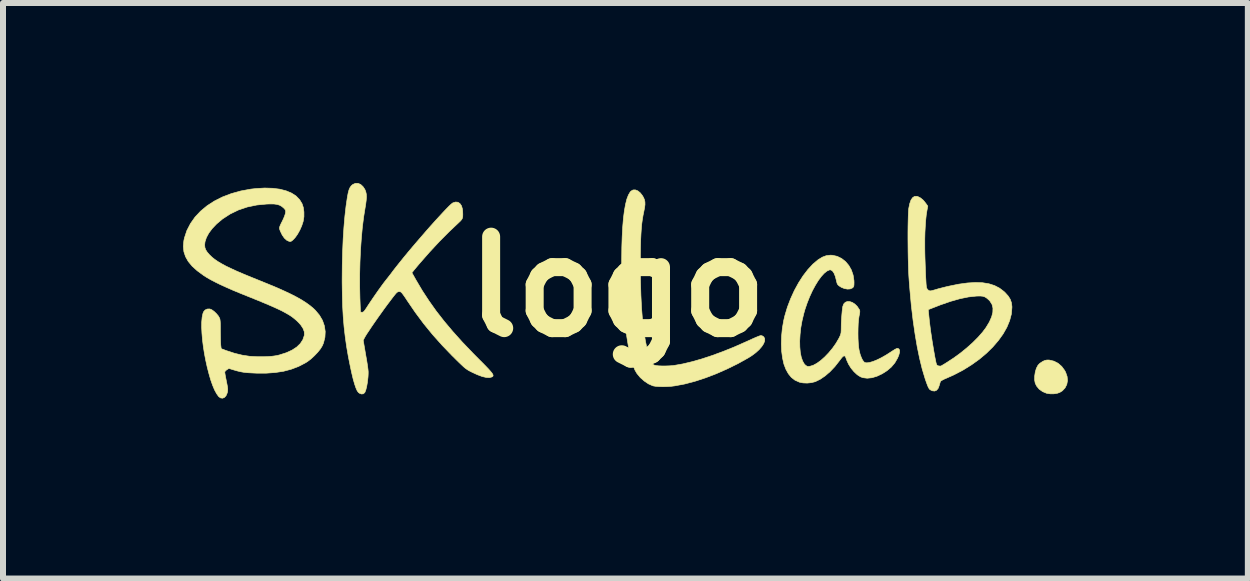
<source format=kicad_pcb>
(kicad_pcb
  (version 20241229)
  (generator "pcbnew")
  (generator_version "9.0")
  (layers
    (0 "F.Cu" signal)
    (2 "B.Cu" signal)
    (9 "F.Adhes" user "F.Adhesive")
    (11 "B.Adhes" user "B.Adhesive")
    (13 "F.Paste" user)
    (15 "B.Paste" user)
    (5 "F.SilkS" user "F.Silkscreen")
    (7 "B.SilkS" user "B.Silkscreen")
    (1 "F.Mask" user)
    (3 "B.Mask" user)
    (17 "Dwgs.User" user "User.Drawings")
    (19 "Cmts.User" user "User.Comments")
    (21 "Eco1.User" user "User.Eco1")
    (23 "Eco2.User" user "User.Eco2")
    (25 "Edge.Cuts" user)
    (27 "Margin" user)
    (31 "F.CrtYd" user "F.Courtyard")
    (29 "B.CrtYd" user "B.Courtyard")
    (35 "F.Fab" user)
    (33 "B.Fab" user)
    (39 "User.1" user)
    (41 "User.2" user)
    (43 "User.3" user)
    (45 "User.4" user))
  (footprint "logo"
    (layer "F.Cu")
    (at 7.238 1.728)
    (property "Reference" "logo" (at 0 0 0) (layer "F.SilkS") (effects (font (size 1.524 1.524) (thickness 0.3))))
    (attr through_hole)
    (fp_poly (pts (xy 7.191 1.221) (xy 7.199 1.222) (xy 7.274 1.24) (xy 7.343 1.276) (xy 7.403 1.328) (xy 7.452 1.395) (xy 7.468 1.425) (xy 7.493 1.497) (xy 7.499 1.565) (xy 7.487 1.629) (xy 7.458 1.686) (xy 7.413 1.734) (xy 7.371 1.76) (xy 7.326 1.776) (xy 7.27 1.784) (xy 7.21 1.784) (xy 7.156 1.776) (xy 7.151 1.775) (xy 7.084 1.747) (xy 7.027 1.706) (xy 6.984 1.654) (xy 6.961 1.606) (xy 6.951 1.552) (xy 6.952 1.489) (xy 6.962 1.422) (xy 6.98 1.36) (xy 7.007 1.309) (xy 7.007 1.308) (xy 7.039 1.275) (xy 7.084 1.246) (xy 7.088 1.243) (xy 7.125 1.227) (xy 7.156 1.221) (xy 7.191 1.221)) (stroke (width 0.01) (type solid)) (fill yes) (layer "F.SilkS"))
    (fp_poly (pts (xy 0.339 -1.598) (xy 0.378 -1.567) (xy 0.414 -1.522) (xy 0.434 -1.488) (xy 0.45 -1.451) (xy 0.458 -1.413) (xy 0.459 -1.369) (xy 0.452 -1.315) (xy 0.439 -1.25) (xy 0.426 -1.186) (xy 0.415 -1.119) (xy 0.405 -1.047) (xy 0.398 -0.967) (xy 0.392 -0.878) (xy 0.387 -0.777) (xy 0.384 -0.663) (xy 0.382 -0.533) (xy 0.382 -0.385) (xy 0.382 -0.345) (xy 0.384 -0.092) (xy 0.391 0.143) (xy 0.402 0.359) (xy 0.418 0.557) (xy 0.44 0.738) (xy 0.466 0.903) (xy 0.497 1.051) (xy 0.523 1.153) (xy 0.541 1.209) (xy 0.556 1.248) (xy 0.572 1.275) (xy 0.59 1.293) (xy 0.614 1.306) (xy 0.615 1.306) (xy 0.643 1.313) (xy 0.687 1.318) (xy 0.741 1.32) (xy 0.801 1.32) (xy 0.863 1.318) (xy 0.921 1.314) (xy 0.95 1.31) (xy 1.087 1.286) (xy 1.238 1.25) (xy 1.401 1.204) (xy 1.574 1.147) (xy 1.754 1.081) (xy 1.941 1.006) (xy 2.131 0.922) (xy 2.207 0.888) (xy 2.261 0.863) (xy 2.31 0.842) (xy 2.351 0.825) (xy 2.38 0.815) (xy 2.392 0.813) (xy 2.417 0.82) (xy 2.439 0.836) (xy 2.454 0.866) (xy 2.453 0.904) (xy 2.436 0.948) (xy 2.405 0.996) (xy 2.361 1.047) (xy 2.305 1.098) (xy 2.238 1.148) (xy 2.181 1.184) (xy 2.009 1.28) (xy 1.83 1.368) (xy 1.649 1.448) (xy 1.469 1.517) (xy 1.292 1.575) (xy 1.122 1.62) (xy 0.962 1.65) (xy 0.957 1.651) (xy 0.894 1.659) (xy 0.825 1.663) (xy 0.756 1.665) (xy 0.692 1.663) (xy 0.637 1.659) (xy 0.596 1.652) (xy 0.591 1.651) (xy 0.518 1.619) (xy 0.447 1.571) (xy 0.381 1.513) (xy 0.326 1.447) (xy 0.292 1.389) (xy 0.262 1.313) (xy 0.233 1.219) (xy 0.205 1.107) (xy 0.18 0.98) (xy 0.157 0.839) (xy 0.136 0.686) (xy 0.118 0.522) (xy 0.103 0.349) (xy 0.09 0.168) (xy 0.08 -0.019) (xy 0.074 -0.21) (xy 0.071 -0.404) (xy 0.071 -0.462) (xy 0.073 -0.658) (xy 0.079 -0.837) (xy 0.088 -0.999) (xy 0.1 -1.142) (xy 0.116 -1.267) (xy 0.135 -1.373) (xy 0.157 -1.461) (xy 0.183 -1.529) (xy 0.212 -1.578) (xy 0.227 -1.594) (xy 0.26 -1.613) (xy 0.298 -1.614) (xy 0.339 -1.598)) (stroke (width 0.01) (type solid)) (fill yes) (layer "F.SilkS"))
    (fp_poly (pts (xy 5.005 -1.503) (xy 5.05 -1.48) (xy 5.097 -1.441) (xy 5.139 -1.389) (xy 5.141 -1.386) (xy 5.171 -1.343) (xy 5.157 -1.268) (xy 5.146 -1.2) (xy 5.137 -1.115) (xy 5.13 -1.017) (xy 5.124 -0.91) (xy 5.121 -0.797) (xy 5.121 -0.713) (xy 5.121 -0.645) (xy 5.122 -0.569) (xy 5.124 -0.488) (xy 5.127 -0.404) (xy 5.13 -0.321) (xy 5.133 -0.24) (xy 5.136 -0.166) (xy 5.14 -0.1) (xy 5.143 -0.046) (xy 5.147 -0.007) (xy 5.15 0.015) (xy 5.15 0.015) (xy 5.164 0.043) (xy 5.184 0.06) (xy 5.198 0.067) (xy 5.214 0.069) (xy 5.235 0.066) (xy 5.268 0.057) (xy 5.3 0.048) (xy 5.346 0.034) (xy 5.405 0.019) (xy 5.468 0.003) (xy 5.524 -0.01) (xy 5.686 -0.043) (xy 5.832 -0.063) (xy 5.965 -0.071) (xy 6.083 -0.067) (xy 6.189 -0.05) (xy 6.283 -0.02) (xy 6.366 0.023) (xy 6.44 0.079) (xy 6.459 0.097) (xy 6.511 0.155) (xy 6.545 0.209) (xy 6.565 0.266) (xy 6.573 0.329) (xy 6.573 0.346) (xy 6.564 0.454) (xy 6.535 0.564) (xy 6.489 0.675) (xy 6.426 0.786) (xy 6.347 0.896) (xy 6.254 1.004) (xy 6.148 1.108) (xy 6.029 1.208) (xy 5.899 1.301) (xy 5.759 1.388) (xy 5.61 1.466) (xy 5.492 1.519) (xy 5.45 1.537) (xy 5.415 1.555) (xy 5.391 1.569) (xy 5.384 1.575) (xy 5.377 1.594) (xy 5.368 1.623) (xy 5.364 1.639) (xy 5.345 1.691) (xy 5.318 1.724) (xy 5.285 1.738) (xy 5.245 1.733) (xy 5.22 1.721) (xy 5.205 1.712) (xy 5.193 1.697) (xy 5.18 1.675) (xy 5.166 1.642) (xy 5.149 1.596) (xy 5.127 1.534) (xy 5.125 1.526) (xy 5.078 1.37) (xy 5.035 1.194) (xy 4.995 1) (xy 4.959 0.788) (xy 4.926 0.559) (xy 4.905 0.381) (xy 5.179 0.381) (xy 5.186 0.457) (xy 5.2 0.592) (xy 5.219 0.741) (xy 5.243 0.9) (xy 5.27 1.063) (xy 5.289 1.17) (xy 5.3 1.225) (xy 5.308 1.263) (xy 5.315 1.288) (xy 5.322 1.303) (xy 5.33 1.311) (xy 5.341 1.316) (xy 5.348 1.318) (xy 5.38 1.323) (xy 5.4 1.316) (xy 5.418 1.305) (xy 5.448 1.287) (xy 5.483 1.265) (xy 5.491 1.26) (xy 5.603 1.187) (xy 5.713 1.107) (xy 5.819 1.021) (xy 5.919 0.932) (xy 6.007 0.844) (xy 6.083 0.758) (xy 6.14 0.682) (xy 6.197 0.588) (xy 6.235 0.502) (xy 6.255 0.425) (xy 6.257 0.355) (xy 6.241 0.293) (xy 6.206 0.238) (xy 6.186 0.217) (xy 6.152 0.188) (xy 6.121 0.169) (xy 6.087 0.158) (xy 6.045 0.154) (xy 5.99 0.155) (xy 5.974 0.156) (xy 5.847 0.17) (xy 5.707 0.199) (xy 5.552 0.243) (xy 5.384 0.301) (xy 5.325 0.324) (xy 5.179 0.381) (xy 4.905 0.381) (xy 4.897 0.314) (xy 4.873 0.052) (xy 4.86 -0.112) (xy 4.855 -0.186) (xy 4.851 -0.273) (xy 4.848 -0.37) (xy 4.845 -0.474) (xy 4.843 -0.582) (xy 4.842 -0.691) (xy 4.841 -0.8) (xy 4.841 -0.906) (xy 4.842 -1.005) (xy 4.844 -1.096) (xy 4.846 -1.175) (xy 4.849 -1.241) (xy 4.852 -1.29) (xy 4.854 -1.306) (xy 4.87 -1.384) (xy 4.891 -1.444) (xy 4.918 -1.484) (xy 4.95 -1.505) (xy 4.989 -1.507) (xy 5.005 -1.503)) (stroke (width 0.01) (type solid)) (fill yes) (layer "F.SilkS"))
    (fp_poly (pts (xy 3.58 -0.525) (xy 3.661 -0.507) (xy 3.735 -0.471) (xy 3.8 -0.42) (xy 3.855 -0.355) (xy 3.898 -0.279) (xy 3.927 -0.194) (xy 3.941 -0.102) (xy 3.942 -0.07) (xy 3.941 -0.032) (xy 3.938 -0.009) (xy 3.929 0.007) (xy 3.915 0.02) (xy 3.879 0.036) (xy 3.833 0.039) (xy 3.782 0.03) (xy 3.73 0.009) (xy 3.693 -0.015) (xy 3.673 -0.033) (xy 3.66 -0.056) (xy 3.651 -0.09) (xy 3.648 -0.104) (xy 3.631 -0.171) (xy 3.61 -0.224) (xy 3.585 -0.261) (xy 3.558 -0.28) (xy 3.533 -0.281) (xy 3.49 -0.261) (xy 3.443 -0.223) (xy 3.395 -0.17) (xy 3.345 -0.102) (xy 3.296 -0.022) (xy 3.248 0.067) (xy 3.203 0.165) (xy 3.162 0.268) (xy 3.125 0.376) (xy 3.104 0.45) (xy 3.076 0.567) (xy 3.055 0.683) (xy 3.043 0.796) (xy 3.037 0.904) (xy 3.039 1.004) (xy 3.047 1.095) (xy 3.063 1.174) (xy 3.086 1.239) (xy 3.115 1.289) (xy 3.138 1.311) (xy 3.162 1.326) (xy 3.189 1.328) (xy 3.205 1.326) (xy 3.262 1.309) (xy 3.324 1.275) (xy 3.389 1.228) (xy 3.456 1.168) (xy 3.522 1.099) (xy 3.585 1.023) (xy 3.642 0.942) (xy 3.691 0.858) (xy 3.697 0.846) (xy 3.711 0.816) (xy 3.72 0.791) (xy 3.726 0.765) (xy 3.728 0.731) (xy 3.729 0.684) (xy 3.729 0.673) (xy 3.73 0.61) (xy 3.734 0.54) (xy 3.739 0.469) (xy 3.745 0.403) (xy 3.752 0.348) (xy 3.755 0.328) (xy 3.771 0.286) (xy 3.797 0.259) (xy 3.831 0.246) (xy 3.871 0.247) (xy 3.913 0.261) (xy 3.955 0.288) (xy 3.995 0.327) (xy 4.029 0.378) (xy 4.032 0.383) (xy 4.038 0.4) (xy 4.038 0.423) (xy 4.033 0.457) (xy 4.026 0.49) (xy 4.018 0.544) (xy 4.012 0.614) (xy 4.009 0.693) (xy 4.008 0.777) (xy 4.009 0.862) (xy 4.013 0.941) (xy 4.019 1.009) (xy 4.027 1.057) (xy 4.043 1.123) (xy 4.064 1.18) (xy 4.086 1.225) (xy 4.11 1.254) (xy 4.122 1.263) (xy 4.155 1.268) (xy 4.201 1.262) (xy 4.259 1.245) (xy 4.326 1.218) (xy 4.399 1.182) (xy 4.476 1.138) (xy 4.548 1.092) (xy 4.588 1.066) (xy 4.623 1.044) (xy 4.649 1.031) (xy 4.662 1.026) (xy 4.688 1.034) (xy 4.701 1.056) (xy 4.701 1.092) (xy 4.688 1.14) (xy 4.668 1.188) (xy 4.622 1.268) (xy 4.563 1.338) (xy 4.491 1.399) (xy 4.411 1.45) (xy 4.324 1.491) (xy 4.24 1.516) (xy 4.162 1.524) (xy 4.09 1.515) (xy 4.049 1.5) (xy 3.996 1.466) (xy 3.943 1.417) (xy 3.893 1.357) (xy 3.851 1.29) (xy 3.819 1.22) (xy 3.813 1.201) (xy 3.801 1.17) (xy 3.788 1.153) (xy 3.772 1.152) (xy 3.751 1.167) (xy 3.724 1.199) (xy 3.695 1.238) (xy 3.622 1.331) (xy 3.543 1.414) (xy 3.461 1.485) (xy 3.379 1.541) (xy 3.299 1.58) (xy 3.294 1.582) (xy 3.231 1.598) (xy 3.161 1.605) (xy 3.092 1.602) (xy 3.032 1.59) (xy 3.028 1.588) (xy 2.957 1.556) (xy 2.898 1.51) (xy 2.848 1.449) (xy 2.807 1.375) (xy 2.774 1.289) (xy 2.751 1.187) (xy 2.736 1.073) (xy 2.731 0.951) (xy 2.735 0.822) (xy 2.748 0.691) (xy 2.771 0.56) (xy 2.789 0.484) (xy 2.832 0.34) (xy 2.886 0.199) (xy 2.948 0.063) (xy 3.018 -0.065) (xy 3.093 -0.182) (xy 3.173 -0.286) (xy 3.256 -0.376) (xy 3.34 -0.447) (xy 3.347 -0.452) (xy 3.416 -0.494) (xy 3.48 -0.518) (xy 3.546 -0.526) (xy 3.58 -0.525)) (stroke (width 0.01) (type solid)) (fill yes) (layer "F.SilkS"))
    (fp_poly (pts (xy -4.322 -1.723) (xy -4.279 -1.705) (xy -4.24 -1.669) (xy -4.209 -1.623) (xy -4.194 -1.586) (xy -4.185 -1.546) (xy -4.182 -1.499) (xy -4.186 -1.442) (xy -4.195 -1.371) (xy -4.203 -1.324) (xy -4.228 -1.168) (xy -4.25 -0.995) (xy -4.267 -0.809) (xy -4.281 -0.613) (xy -4.29 -0.411) (xy -4.295 -0.206) (xy -4.295 -0.002) (xy -4.291 0.188) (xy -4.282 0.422) (xy -4.256 0.425) (xy -4.245 0.424) (xy -4.233 0.419) (xy -4.219 0.405) (xy -4.201 0.381) (xy -4.176 0.344) (xy -4.153 0.308) (xy -4.117 0.254) (xy -4.076 0.193) (xy -4.031 0.128) (xy -3.985 0.062) (xy -3.94 -0.000483) (xy -3.899 -0.057) (xy -3.864 -0.102) (xy -3.842 -0.13) (xy -3.822 -0.155) (xy -3.794 -0.191) (xy -3.762 -0.233) (xy -3.736 -0.268) (xy -3.683 -0.336) (xy -3.623 -0.411) (xy -3.557 -0.493) (xy -3.486 -0.579) (xy -3.412 -0.667) (xy -3.335 -0.757) (xy -3.258 -0.846) (xy -3.182 -0.934) (xy -3.107 -1.019) (xy -3.035 -1.099) (xy -2.968 -1.172) (xy -2.907 -1.238) (xy -2.853 -1.295) (xy -2.808 -1.341) (xy -2.772 -1.375) (xy -2.747 -1.395) (xy -2.741 -1.398) (xy -2.697 -1.412) (xy -2.657 -1.408) (xy -2.624 -1.386) (xy -2.598 -1.348) (xy -2.583 -1.296) (xy -2.579 -1.263) (xy -2.577 -1.209) (xy -2.578 -1.17) (xy -2.584 -1.141) (xy -2.597 -1.118) (xy -2.617 -1.095) (xy -2.639 -1.074) (xy -2.801 -0.921) (xy -2.968 -0.753) (xy -3.135 -0.573) (xy -3.299 -0.386) (xy -3.382 -0.287) (xy -3.425 -0.234) (xy -3.354 -0.108) (xy -3.251 0.066) (xy -3.139 0.237) (xy -3.019 0.406) (xy -2.887 0.575) (xy -2.743 0.746) (xy -2.585 0.922) (xy -2.411 1.104) (xy -2.325 1.191) (xy -2.253 1.263) (xy -2.195 1.322) (xy -2.15 1.369) (xy -2.116 1.407) (xy -2.092 1.436) (xy -2.078 1.458) (xy -2.072 1.474) (xy -2.073 1.486) (xy -2.08 1.496) (xy -2.092 1.503) (xy -2.133 1.514) (xy -2.187 1.511) (xy -2.255 1.495) (xy -2.335 1.465) (xy -2.426 1.423) (xy -2.433 1.419) (xy -2.463 1.404) (xy -2.488 1.39) (xy -2.512 1.374) (xy -2.537 1.356) (xy -2.564 1.333) (xy -2.596 1.303) (xy -2.636 1.265) (xy -2.686 1.216) (xy -2.747 1.155) (xy -2.749 1.154) (xy -2.921 0.975) (xy -3.079 0.798) (xy -3.227 0.617) (xy -3.369 0.426) (xy -3.499 0.236) (xy -3.535 0.181) (xy -3.563 0.141) (xy -3.583 0.114) (xy -3.598 0.096) (xy -3.61 0.087) (xy -3.622 0.082) (xy -3.634 0.081) (xy -3.637 0.081) (xy -3.648 0.082) (xy -3.659 0.085) (xy -3.671 0.092) (xy -3.685 0.105) (xy -3.704 0.127) (xy -3.729 0.158) (xy -3.762 0.201) (xy -3.804 0.257) (xy -3.83 0.291) (xy -3.884 0.364) (xy -3.939 0.441) (xy -3.994 0.518) (xy -4.047 0.594) (xy -4.096 0.665) (xy -4.139 0.73) (xy -4.176 0.785) (xy -4.203 0.829) (xy -4.217 0.855) (xy -4.236 0.892) (xy -4.192 1.15) (xy -4.178 1.229) (xy -4.168 1.292) (xy -4.161 1.341) (xy -4.156 1.381) (xy -4.153 1.413) (xy -4.153 1.442) (xy -4.154 1.471) (xy -4.156 1.504) (xy -4.157 1.514) (xy -4.166 1.592) (xy -4.178 1.661) (xy -4.192 1.717) (xy -4.207 1.757) (xy -4.212 1.765) (xy -4.235 1.784) (xy -4.266 1.787) (xy -4.299 1.774) (xy -4.317 1.76) (xy -4.336 1.734) (xy -4.357 1.687) (xy -4.379 1.623) (xy -4.403 1.54) (xy -4.427 1.439) (xy -4.449 1.338) (xy -4.484 1.163) (xy -4.513 0.995) (xy -4.536 0.83) (xy -4.555 0.666) (xy -4.569 0.497) (xy -4.579 0.321) (xy -4.584 0.133) (xy -4.587 -0.07) (xy -4.587 -0.132) (xy -4.585 -0.364) (xy -4.579 -0.587) (xy -4.57 -0.798) (xy -4.557 -0.996) (xy -4.541 -1.179) (xy -4.522 -1.345) (xy -4.5 -1.493) (xy -4.487 -1.562) (xy -4.473 -1.614) (xy -4.456 -1.653) (xy -4.436 -1.681) (xy -4.411 -1.703) (xy -4.41 -1.704) (xy -4.366 -1.723) (xy -4.322 -1.723)) (stroke (width 0.01) (type solid)) (fill yes) (layer "F.SilkS"))
    (fp_poly (pts (xy -5.747 -1.641) (xy -5.627 -1.626) (xy -5.522 -1.599) (xy -5.431 -1.561) (xy -5.355 -1.512) (xy -5.296 -1.451) (xy -5.255 -1.384) (xy -5.234 -1.32) (xy -5.224 -1.246) (xy -5.224 -1.167) (xy -5.236 -1.092) (xy -5.237 -1.087) (xy -5.26 -1.017) (xy -5.292 -0.944) (xy -5.33 -0.876) (xy -5.37 -0.82) (xy -5.386 -0.802) (xy -5.413 -0.775) (xy -5.433 -0.76) (xy -5.449 -0.754) (xy -5.467 -0.756) (xy -5.469 -0.756) (xy -5.509 -0.774) (xy -5.549 -0.81) (xy -5.585 -0.861) (xy -5.616 -0.925) (xy -5.624 -0.946) (xy -5.63 -0.964) (xy -5.631 -0.979) (xy -5.628 -0.997) (xy -5.619 -1.021) (xy -5.603 -1.056) (xy -5.586 -1.089) (xy -5.564 -1.135) (xy -5.546 -1.179) (xy -5.534 -1.216) (xy -5.53 -1.235) (xy -5.528 -1.262) (xy -5.535 -1.282) (xy -5.552 -1.303) (xy -5.561 -1.312) (xy -5.593 -1.339) (xy -5.629 -1.359) (xy -5.67 -1.372) (xy -5.721 -1.379) (xy -5.786 -1.38) (xy -5.846 -1.378) (xy -6.01 -1.362) (xy -6.168 -1.329) (xy -6.316 -1.279) (xy -6.454 -1.212) (xy -6.58 -1.13) (xy -6.68 -1.046) (xy -6.752 -0.97) (xy -6.809 -0.894) (xy -6.849 -0.82) (xy -6.872 -0.75) (xy -6.878 -0.698) (xy -6.874 -0.654) (xy -6.86 -0.615) (xy -6.835 -0.576) (xy -6.795 -0.53) (xy -6.792 -0.528) (xy -6.755 -0.492) (xy -6.711 -0.457) (xy -6.659 -0.421) (xy -6.598 -0.385) (xy -6.527 -0.346) (xy -6.443 -0.306) (xy -6.346 -0.261) (xy -6.234 -0.213) (xy -6.105 -0.16) (xy -5.974 -0.107) (xy -5.814 -0.042) (xy -5.672 0.017) (xy -5.547 0.073) (xy -5.437 0.125) (xy -5.34 0.175) (xy -5.256 0.223) (xy -5.183 0.27) (xy -5.12 0.316) (xy -5.064 0.363) (xy -5.034 0.392) (xy -4.966 0.473) (xy -4.915 0.56) (xy -4.883 0.652) (xy -4.869 0.747) (xy -4.874 0.842) (xy -4.898 0.937) (xy -4.918 0.984) (xy -4.949 1.035) (xy -4.994 1.091) (xy -5.048 1.148) (xy -5.106 1.202) (xy -5.165 1.247) (xy -5.199 1.268) (xy -5.314 1.328) (xy -5.435 1.374) (xy -5.563 1.408) (xy -5.701 1.429) (xy -5.853 1.44) (xy -6.008 1.44) (xy -6.094 1.436) (xy -6.166 1.432) (xy -6.228 1.425) (xy -6.284 1.415) (xy -6.341 1.401) (xy -6.403 1.383) (xy -6.41 1.381) (xy -6.474 1.361) (xy -6.509 1.383) (xy -6.531 1.4) (xy -6.542 1.418) (xy -6.543 1.422) (xy -6.541 1.438) (xy -6.536 1.47) (xy -6.528 1.513) (xy -6.518 1.562) (xy -6.518 1.565) (xy -6.506 1.623) (xy -6.498 1.666) (xy -6.494 1.697) (xy -6.494 1.721) (xy -6.496 1.743) (xy -6.501 1.765) (xy -6.503 1.772) (xy -6.522 1.816) (xy -6.549 1.845) (xy -6.58 1.857) (xy -6.613 1.852) (xy -6.644 1.83) (xy -6.678 1.783) (xy -6.713 1.719) (xy -6.746 1.64) (xy -6.778 1.549) (xy -6.807 1.448) (xy -6.835 1.34) (xy -6.86 1.227) (xy -6.882 1.112) (xy -6.9 0.996) (xy -6.914 0.884) (xy -6.923 0.776) (xy -6.928 0.676) (xy -6.927 0.587) (xy -6.92 0.509) (xy -6.907 0.447) (xy -6.896 0.418) (xy -6.871 0.388) (xy -6.835 0.371) (xy -6.794 0.37) (xy -6.792 0.37) (xy -6.76 0.383) (xy -6.722 0.41) (xy -6.685 0.445) (xy -6.652 0.484) (xy -6.642 0.501) (xy -6.633 0.516) (xy -6.626 0.532) (xy -6.622 0.55) (xy -6.619 0.574) (xy -6.617 0.608) (xy -6.616 0.654) (xy -6.616 0.716) (xy -6.616 0.736) (xy -6.615 0.8) (xy -6.614 0.862) (xy -6.613 0.915) (xy -6.611 0.957) (xy -6.609 0.98) (xy -6.602 1.032) (xy -6.514 1.065) (xy -6.379 1.109) (xy -6.251 1.14) (xy -6.125 1.159) (xy -5.992 1.166) (xy -5.893 1.166) (xy -5.821 1.163) (xy -5.764 1.159) (xy -5.716 1.153) (xy -5.672 1.146) (xy -5.627 1.135) (xy -5.626 1.134) (xy -5.516 1.099) (xy -5.422 1.056) (xy -5.344 1.005) (xy -5.284 0.947) (xy -5.242 0.883) (xy -5.218 0.813) (xy -5.216 0.799) (xy -5.218 0.748) (xy -5.238 0.695) (xy -5.276 0.637) (xy -5.309 0.6) (xy -5.344 0.565) (xy -5.383 0.532) (xy -5.425 0.499) (xy -5.474 0.467) (xy -5.53 0.435) (xy -5.595 0.4) (xy -5.671 0.364) (xy -5.76 0.324) (xy -5.863 0.28) (xy -5.981 0.231) (xy -6.117 0.176) (xy -6.137 0.168) (xy -6.281 0.11) (xy -6.409 0.057) (xy -6.52 0.008) (xy -6.617 -0.036) (xy -6.702 -0.078) (xy -6.777 -0.117) (xy -6.843 -0.155) (xy -6.899 -0.191) (xy -7.002 -0.267) (xy -7.086 -0.343) (xy -7.151 -0.421) (xy -7.196 -0.501) (xy -7.224 -0.584) (xy -7.233 -0.672) (xy -7.225 -0.765) (xy -7.215 -0.813) (xy -7.174 -0.937) (xy -7.114 -1.053) (xy -7.038 -1.161) (xy -6.945 -1.26) (xy -6.838 -1.349) (xy -6.716 -1.428) (xy -6.581 -1.496) (xy -6.434 -1.552) (xy -6.276 -1.596) (xy -6.108 -1.627) (xy -6.025 -1.636) (xy -5.879 -1.645) (xy -5.747 -1.641)) (stroke (width 0.01) (type solid)) (fill yes) (layer "F.SilkS")))
  (gr_rect
    (start -3 -3)
    (end 17.742 6.59)
    (stroke (width 0.1) (type default))
    (fill no)
    (layer "Edge.Cuts")))
</source>
